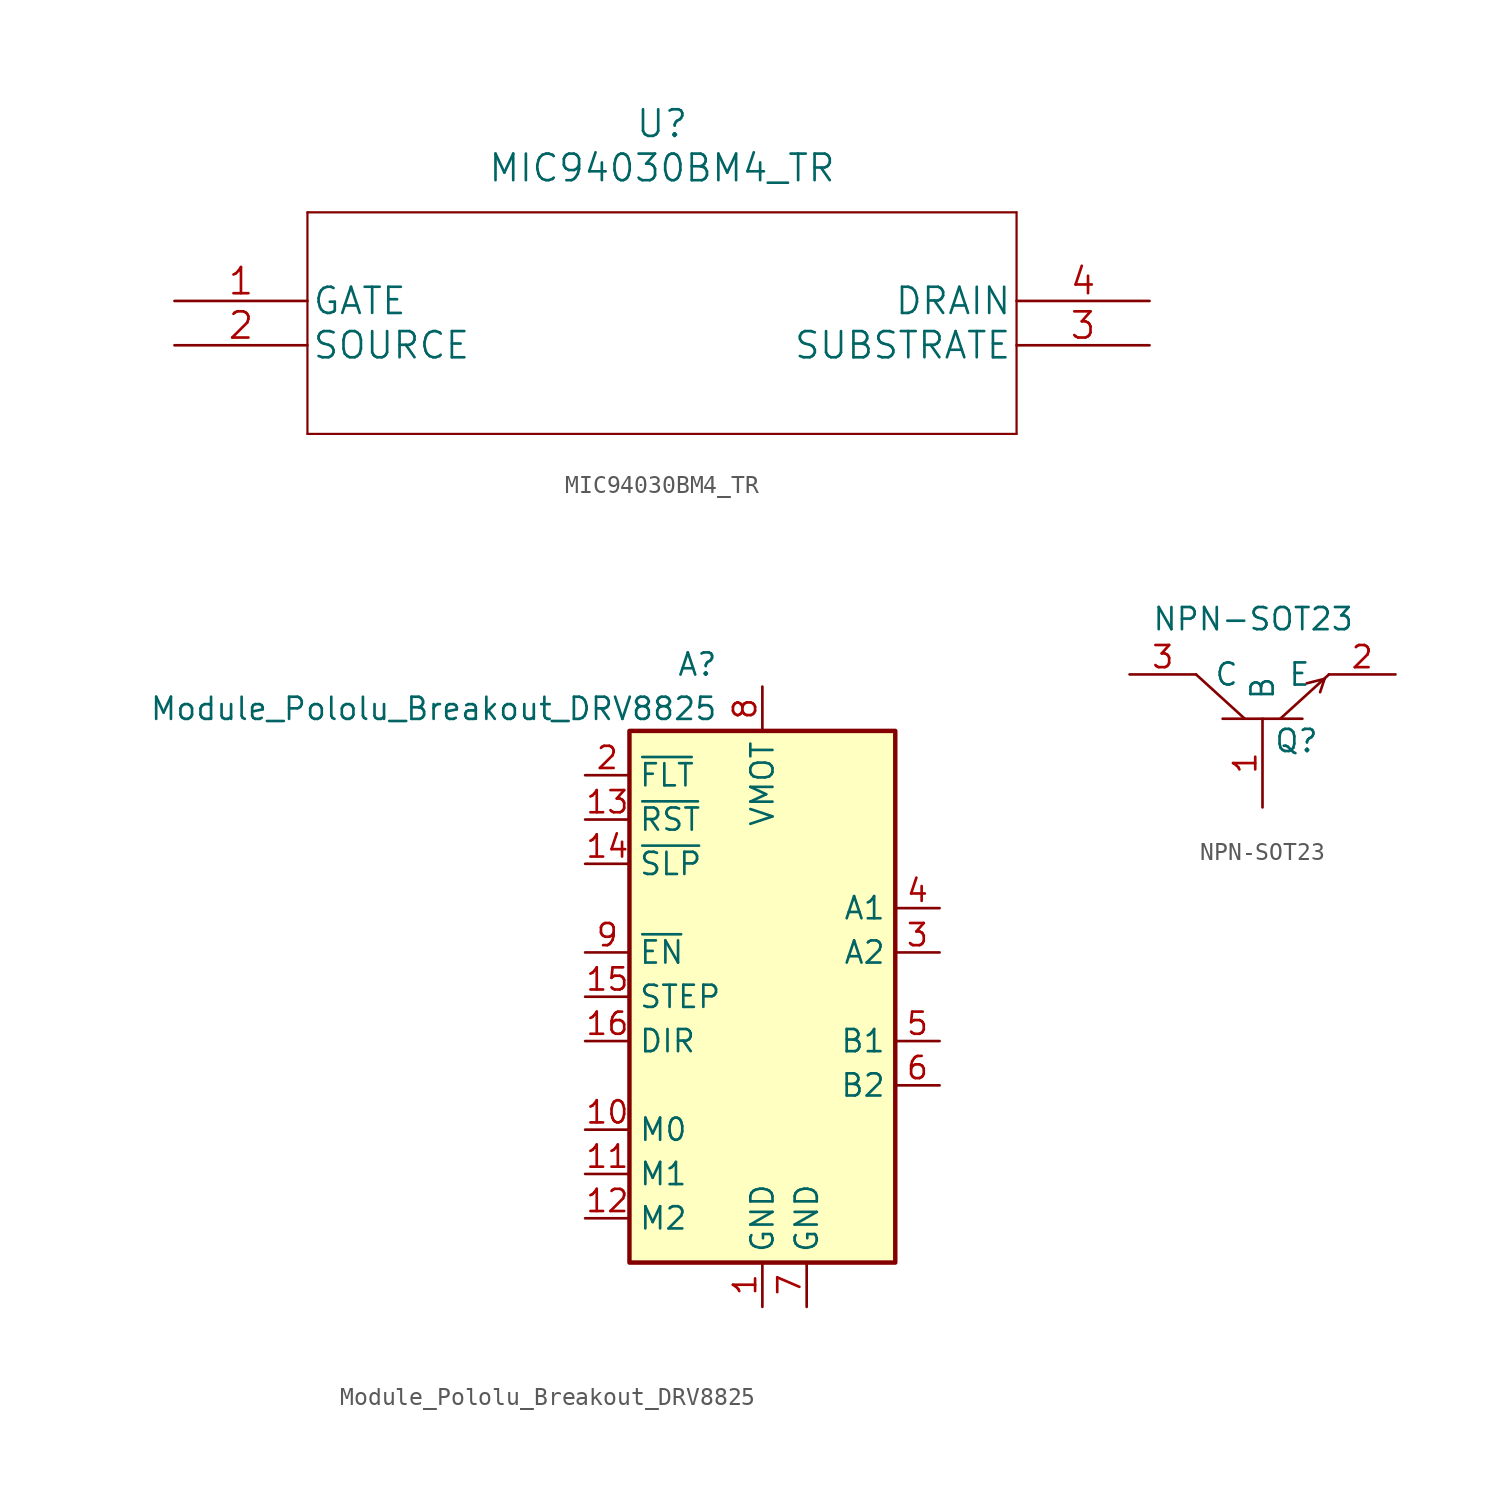
<source format=kicad_sym>
(kicad_symbol_lib
  (version 20220914)
  (generator kicad_symbol_editor)
  (symbol "MIC94030BM4_TR"
    (pin_names
      (offset 0.254))
    (property "Reference" "U"
      (at 27.94 10.16 0)
      (effects (font (size 1.524 1.524))))
    (property "Value" "MIC94030BM4_TR"
      (at 27.94 7.62 0)
      (effects (font (size 1.524 1.524))))
    (property "Datasheet" ""
      (at 0 0 0)
      (effects (font (size 1.524 1.524))))
    (property "ki_locked" ""
      (at 0 0 0)
      (effects (font (size 1.27 1.27))))
    (symbol "MIC94030BM4_TR_1_1"
      (polyline (pts (xy 7.62 -7.62) (xy 48.26 -7.62)) (stroke (width 0.127) (type default)) (fill (type none)))
      (polyline (pts (xy 7.62 5.08) (xy 7.62 -7.62)) (stroke (width 0.127) (type default)) (fill (type none)))
      (polyline (pts (xy 48.26 -7.62) (xy 48.26 5.08)) (stroke (width 0.127) (type default)) (fill (type none)))
      (polyline (pts (xy 48.26 5.08) (xy 7.62 5.08)) (stroke (width 0.127) (type default)) (fill (type none)))
      (pin unspecified line (at 0 0 0) (length 7.62) (name "GATE" (effects (font (size 1.499 1.499)))) (number "1" (effects (font (size 1.499 1.499)))))
      (pin unspecified line (at 0 -2.54 0) (length 7.62) (name "SOURCE" (effects (font (size 1.499 1.499)))) (number "2" (effects (font (size 1.499 1.499)))))
      (pin unspecified line (at 55.88 -2.54 180) (length 7.62) (name "SUBSTRATE" (effects (font (size 1.499 1.499)))) (number "3" (effects (font (size 1.499 1.499)))))
      (pin unspecified line (at 55.88 0 180) (length 7.62) (name "DRAIN" (effects (font (size 1.499 1.499)))) (number "4" (effects (font (size 1.499 1.499)))))))
  (symbol "Module_Pololu_Breakout_DRV8825"
    (property "Reference" "A"
      (at -2.54 16.51 0)
      (effects (font (size 1.27 1.27)) (justify right)))
    (property "Value" "Module_Pololu_Breakout_DRV8825"
      (at -2.54 13.97 0)
      (effects (font (size 1.27 1.27)) (justify right)))
    (symbol "Module_Pololu_Breakout_DRV8825_0_1"
      (rectangle (start 7.62 -17.78) (end -7.62 12.7) (stroke (width 0.254) (type default)) (fill (type background))))
    (symbol "Module_Pololu_Breakout_DRV8825_1_1"
      (pin power_in line (at 0 -20.32 90) (length 2.54) (name "GND" (effects (font (size 1.27 1.27)))) (number "1" (effects (font (size 1.27 1.27)))))
      (pin input line (at -10.16 -10.16 0) (length 2.54) (name "M0" (effects (font (size 1.27 1.27)))) (number "10" (effects (font (size 1.27 1.27)))))
      (pin input line (at -10.16 -12.7 0) (length 2.54) (name "M1" (effects (font (size 1.27 1.27)))) (number "11" (effects (font (size 1.27 1.27)))))
      (pin input line (at -10.16 -15.24 0) (length 2.54) (name "M2" (effects (font (size 1.27 1.27)))) (number "12" (effects (font (size 1.27 1.27)))))
      (pin input line (at -10.16 7.62 0) (length 2.54) (name "~{RST}" (effects (font (size 1.27 1.27)))) (number "13" (effects (font (size 1.27 1.27)))))
      (pin input line (at -10.16 5.08 0) (length 2.54) (name "~{SLP}" (effects (font (size 1.27 1.27)))) (number "14" (effects (font (size 1.27 1.27)))))
      (pin input line (at -10.16 -2.54 0) (length 2.54) (name "STEP" (effects (font (size 1.27 1.27)))) (number "15" (effects (font (size 1.27 1.27)))))
      (pin input line (at -10.16 -5.08 0) (length 2.54) (name "DIR" (effects (font (size 1.27 1.27)))) (number "16" (effects (font (size 1.27 1.27)))))
      (pin bidirectional line (at -10.16 10.16 0) (length 2.54) (name "~{FLT}" (effects (font (size 1.27 1.27)))) (number "2" (effects (font (size 1.27 1.27)))))
      (pin output line (at 10.16 0 180) (length 2.54) (name "A2" (effects (font (size 1.27 1.27)))) (number "3" (effects (font (size 1.27 1.27)))))
      (pin output line (at 10.16 2.54 180) (length 2.54) (name "A1" (effects (font (size 1.27 1.27)))) (number "4" (effects (font (size 1.27 1.27)))))
      (pin output line (at 10.16 -5.08 180) (length 2.54) (name "B1" (effects (font (size 1.27 1.27)))) (number "5" (effects (font (size 1.27 1.27)))))
      (pin output line (at 10.16 -7.62 180) (length 2.54) (name "B2" (effects (font (size 1.27 1.27)))) (number "6" (effects (font (size 1.27 1.27)))))
      (pin power_in line (at 2.54 -20.32 90) (length 2.54) (name "GND" (effects (font (size 1.27 1.27)))) (number "7" (effects (font (size 1.27 1.27)))))
      (pin power_in line (at 0 15.24 270) (length 2.54) (name "VMOT" (effects (font (size 1.27 1.27)))) (number "8" (effects (font (size 1.27 1.27)))))
      (pin input line (at -10.16 0 0) (length 2.54) (name "~{EN}" (effects (font (size 1.27 1.27)))) (number "9" (effects (font (size 1.27 1.27)))))))
  (symbol "NPN-SOT23"
    (pin_names
      (offset 1.016))
    (property "Reference" "Q"
      (at 0.635 -3.81 0)
      (effects (font (size 1.27 1.27)) (justify left)))
    (property "Value" "NPN-SOT23"
      (at -6.35 3.175 0)
      (effects (font (size 1.27 1.27)) (justify left)))
    (symbol "NPN-SOT23_0_1"
      (polyline (pts (xy -2.286 -2.54) (xy 2.286 -2.54)) (stroke (width 0) (type default)) (fill (type none)))
      (polyline (pts (xy -1.016 -2.54) (xy -3.81 0)) (stroke (width 0) (type default)) (fill (type none)))
      (polyline (pts (xy 3.556 -0.254) (xy 2.54 -0.508)) (stroke (width 0) (type default)) (fill (type none)))
      (polyline (pts (xy 3.556 -0.254) (xy 3.302 -1.016)) (stroke (width 0) (type default)) (fill (type none)))
      (polyline (pts (xy 3.81 0) (xy 1.016 -2.54)) (stroke (width 0) (type default)) (fill (type none))))
    (symbol "NPN-SOT23_1_1"
      (pin passive line (at 0 -7.62 90) (length 5.08) (name "B" (effects (font (size 1.27 1.27)))) (number "1" (effects (font (size 1.27 1.27)))))
      (pin passive line (at 7.62 0 180) (length 3.81) (name "E" (effects (font (size 1.27 1.27)))) (number "2" (effects (font (size 1.27 1.27)))))
      (pin passive line (at -7.62 0 0) (length 3.81) (name "C" (effects (font (size 1.27 1.27)))) (number "3" (effects (font (size 1.27 1.27))))))))
</source>
